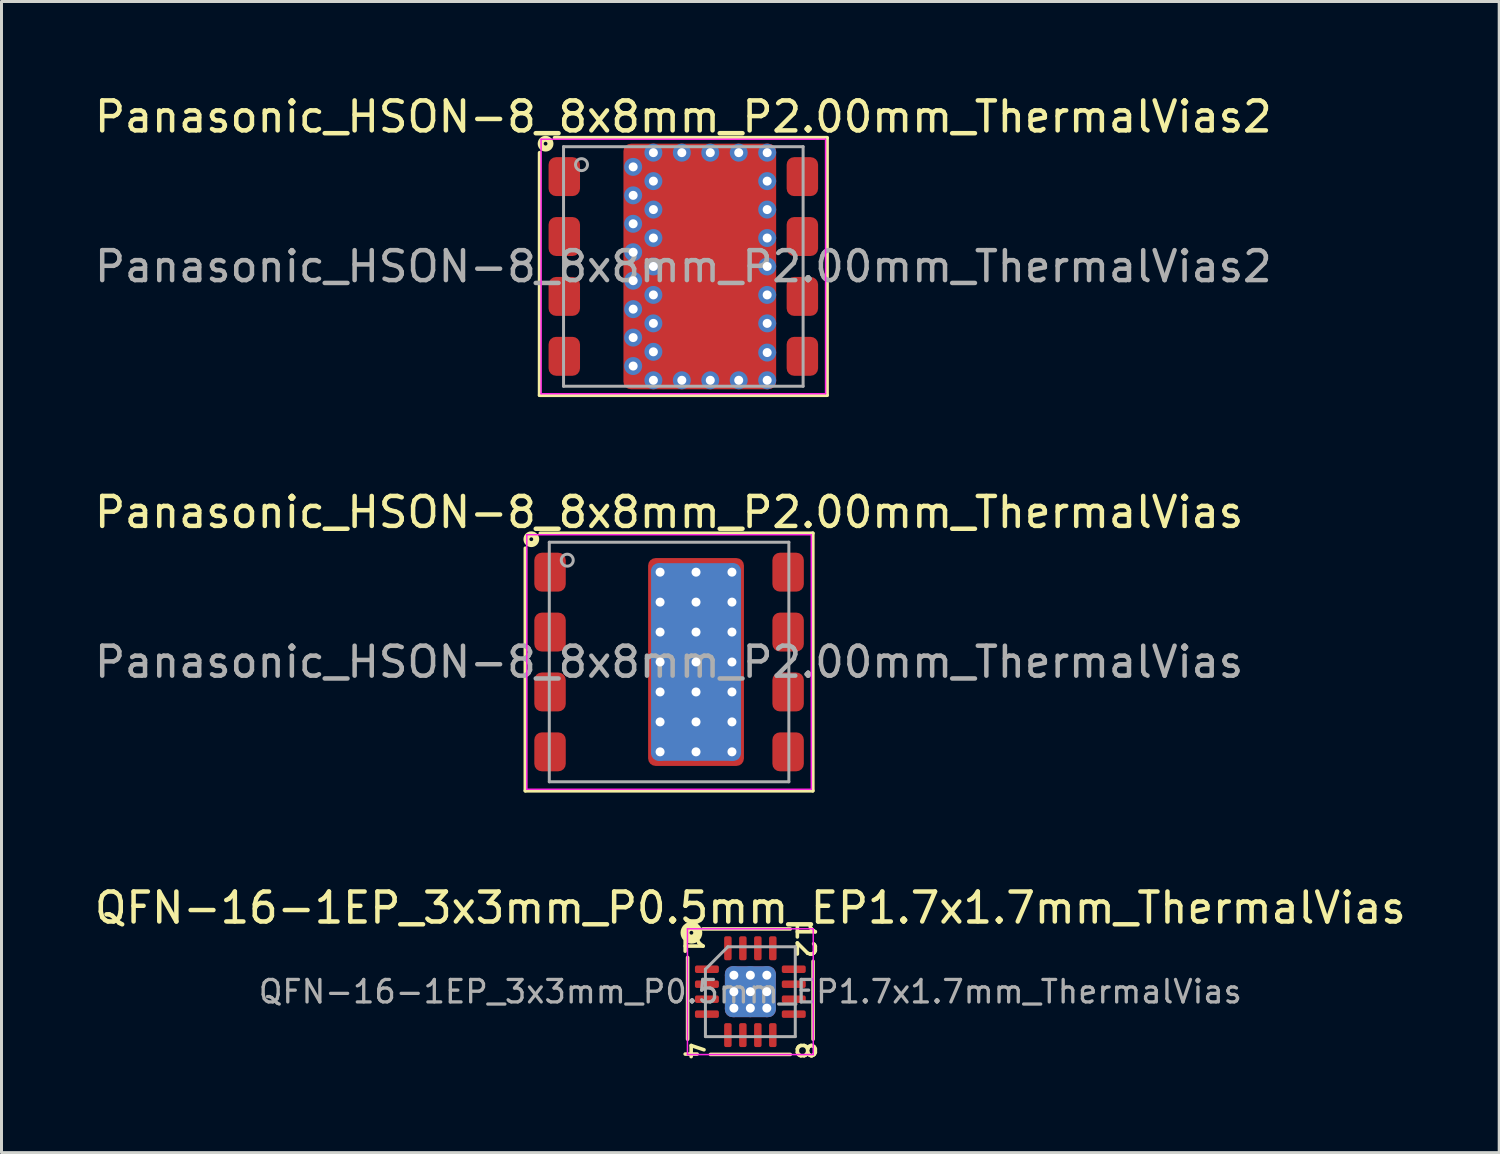
<source format=kicad_pcb>
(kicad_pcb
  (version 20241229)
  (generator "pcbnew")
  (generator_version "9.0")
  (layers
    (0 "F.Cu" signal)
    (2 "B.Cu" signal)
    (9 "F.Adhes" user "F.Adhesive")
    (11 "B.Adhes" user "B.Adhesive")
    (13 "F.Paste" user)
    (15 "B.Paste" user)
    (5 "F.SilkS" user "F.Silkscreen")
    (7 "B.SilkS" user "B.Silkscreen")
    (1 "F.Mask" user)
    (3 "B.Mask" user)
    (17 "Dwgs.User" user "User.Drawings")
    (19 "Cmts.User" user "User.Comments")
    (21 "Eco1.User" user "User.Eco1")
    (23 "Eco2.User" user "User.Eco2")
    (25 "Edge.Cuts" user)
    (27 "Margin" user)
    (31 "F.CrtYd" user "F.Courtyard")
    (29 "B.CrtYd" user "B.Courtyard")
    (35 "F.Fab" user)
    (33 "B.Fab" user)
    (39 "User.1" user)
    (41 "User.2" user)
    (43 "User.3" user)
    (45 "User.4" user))
  (footprint "Panasonic_HSON-8_8x8mm_P2.00mm_ThermalVias"
    (layer "F.Cu")
    (at 19.292 19.056)
    (property "Reference" "Panasonic_HSON-8_8x8mm_P2.00mm_ThermalVias" (at 0 -5 0) (layer "F.SilkS") (effects (font (size 1 1) (thickness 0.15))))
    (attr smd)
    (fp_line (start -4.8 -3.8) (end -4.8 4.3) (stroke (width 0.12) (type solid)) (layer "F.SilkS"))
    (fp_line (start -4.8 4.3) (end 4.8 4.3) (stroke (width 0.12) (type solid)) (layer "F.SilkS"))
    (fp_line (start 4.8 -4.3) (end -4.3 -4.3) (stroke (width 0.12) (type solid)) (layer "F.SilkS"))
    (fp_line (start 4.8 4.3) (end 4.8 -4.3) (stroke (width 0.12) (type solid)) (layer "F.SilkS"))
    (fp_circle (center -4.6 -4.1) (end -4.537 -4.1) (stroke (width 0.2) (type solid)) (fill no) (layer "F.SilkS"))
    (fp_line (start -4.75 -4.25) (end 4.75 -4.25) (stroke (width 0.05) (type solid)) (layer "F.CrtYd"))
    (fp_line (start -4.75 4.25) (end -4.75 -4.25) (stroke (width 0.05) (type solid)) (layer "F.CrtYd"))
    (fp_line (start -4.75 4.25) (end 4.75 4.25) (stroke (width 0.05) (type solid)) (layer "F.CrtYd"))
    (fp_line (start 4.75 -4.25) (end 4.75 4.25) (stroke (width 0.05) (type solid)) (layer "F.CrtYd"))
    (fp_line (start -4 -4) (end 4 -4) (stroke (width 0.1) (type solid)) (layer "F.Fab"))
    (fp_line (start -4 4) (end -4 -4) (stroke (width 0.1) (type solid)) (layer "F.Fab"))
    (fp_line (start 4 -4) (end 4 4) (stroke (width 0.1) (type solid)) (layer "F.Fab"))
    (fp_line (start 4 4) (end -4 4) (stroke (width 0.1) (type solid)) (layer "F.Fab"))
    (fp_circle (center -3.4 -3.4) (end -3.2 -3.4) (stroke (width 0.1) (type solid)) (fill no) (layer "F.Fab"))
    (fp_text user "${REFERENCE}" (at 0 0 0) (layer "F.Fab") (effects (font (size 1 1) (thickness 0.15))))
    (pad "" smd roundrect (at 0.15 -3) (size 0.9 0.9) (layers "F.Paste") (roundrect_rratio 0.25))
    (pad "" smd roundrect (at 0.15 -1.5) (size 0.9 0.9) (layers "F.Paste") (roundrect_rratio 0.25))
    (pad "" smd roundrect (at 0.15 0) (size 0.9 0.9) (layers "F.Paste") (roundrect_rratio 0.25))
    (pad "" smd roundrect (at 0.15 1.5) (size 0.9 0.9) (layers "F.Paste") (roundrect_rratio 0.25))
    (pad "" smd roundrect (at 0.15 3) (size 0.9 0.9) (layers "F.Paste") (roundrect_rratio 0.25))
    (pad "" smd roundrect (at 1.65 -3) (size 0.9 0.9) (layers "F.Paste") (roundrect_rratio 0.25))
    (pad "" smd roundrect (at 1.65 -1.5) (size 0.9 0.9) (layers "F.Paste") (roundrect_rratio 0.25))
    (pad "" smd roundrect (at 1.65 0) (size 0.9 0.9) (layers "F.Paste") (roundrect_rratio 0.25))
    (pad "" smd roundrect (at 1.65 1.5) (size 0.9 0.9) (layers "F.Paste") (roundrect_rratio 0.25))
    (pad "" smd roundrect (at 1.65 3) (size 0.9 0.9) (layers "F.Paste") (roundrect_rratio 0.25))
    (pad "1" smd roundrect (at -3.975 -3) (size 1.05 1.3) (layers "F.Cu" "F.Mask" "F.Paste") (roundrect_rratio 0.238))
    (pad "2" smd roundrect (at -3.975 -1) (size 1.05 1.3) (layers "F.Cu" "F.Mask" "F.Paste") (roundrect_rratio 0.238))
    (pad "3" smd roundrect (at -3.975 1) (size 1.05 1.3) (layers "F.Cu" "F.Mask" "F.Paste") (roundrect_rratio 0.238))
    (pad "4" smd roundrect (at -3.975 3) (size 1.05 1.3) (layers "F.Cu" "F.Mask" "F.Paste") (roundrect_rratio 0.238))
    (pad "5" smd roundrect (at 3.975 3) (size 1.05 1.3) (layers "F.Cu" "F.Mask" "F.Paste") (roundrect_rratio 0.238))
    (pad "6" smd roundrect (at 3.975 1) (size 1.05 1.3) (layers "F.Cu" "F.Mask" "F.Paste") (roundrect_rratio 0.238))
    (pad "7" smd roundrect (at 3.975 -1) (size 1.05 1.3) (layers "F.Cu" "F.Mask" "F.Paste") (roundrect_rratio 0.238))
    (pad "8" smd roundrect (at 3.975 -3) (size 1.05 1.3) (layers "F.Cu" "F.Mask" "F.Paste") (roundrect_rratio 0.238))
    (pad "9" thru_hole circle (at -0.3 -3) (size 0.6 0.6) (drill 0.3) (property pad_prop_heatsink) (layers "*.Cu"))
    (pad "9" thru_hole circle (at -0.3 -2) (size 0.6 0.6) (drill 0.3) (property pad_prop_heatsink) (layers "*.Cu"))
    (pad "9" thru_hole circle (at -0.3 -1) (size 0.6 0.6) (drill 0.3) (property pad_prop_heatsink) (layers "*.Cu"))
    (pad "9" thru_hole circle (at -0.3 0) (size 0.6 0.6) (drill 0.3) (property pad_prop_heatsink) (layers "*.Cu"))
    (pad "9" thru_hole circle (at -0.3 1) (size 0.6 0.6) (drill 0.3) (property pad_prop_heatsink) (layers "*.Cu"))
    (pad "9" thru_hole circle (at -0.3 2) (size 0.6 0.6) (drill 0.3) (property pad_prop_heatsink) (layers "*.Cu"))
    (pad "9" thru_hole circle (at -0.3 3) (size 0.6 0.6) (drill 0.3) (property pad_prop_heatsink) (layers "*.Cu"))
    (pad "9" thru_hole circle (at 0.9 -3) (size 0.6 0.6) (drill 0.3) (property pad_prop_heatsink) (layers "*.Cu"))
    (pad "9" thru_hole circle (at 0.9 -2) (size 0.6 0.6) (drill 0.3) (property pad_prop_heatsink) (layers "*.Cu"))
    (pad "9" thru_hole circle (at 0.9 -1) (size 0.6 0.6) (drill 0.3) (property pad_prop_heatsink) (layers "*.Cu"))
    (pad "9" thru_hole circle (at 0.9 0) (size 0.6 0.6) (drill 0.3) (property pad_prop_heatsink) (layers "*.Cu"))
    (pad "9" smd roundrect (at 0.9 0) (size 3 6.6) (layers "B.Cu" "B.Mask") (roundrect_rratio 0.083))
    (pad "9" smd roundrect (at 0.9 0) (size 3.2 6.94) (layers "F.Cu" "F.Mask") (roundrect_rratio 0.078))
    (pad "9" thru_hole circle (at 0.9 1) (size 0.6 0.6) (drill 0.3) (property pad_prop_heatsink) (layers "*.Cu"))
    (pad "9" thru_hole circle (at 0.9 2) (size 0.6 0.6) (drill 0.3) (property pad_prop_heatsink) (layers "*.Cu"))
    (pad "9" thru_hole circle (at 0.9 3) (size 0.6 0.6) (drill 0.3) (property pad_prop_heatsink) (layers "*.Cu"))
    (pad "9" thru_hole circle (at 2.1 -3) (size 0.6 0.6) (drill 0.3) (property pad_prop_heatsink) (layers "*.Cu"))
    (pad "9" thru_hole circle (at 2.1 -2) (size 0.6 0.6) (drill 0.3) (property pad_prop_heatsink) (layers "*.Cu"))
    (pad "9" thru_hole circle (at 2.1 -1) (size 0.6 0.6) (drill 0.3) (property pad_prop_heatsink) (layers "*.Cu"))
    (pad "9" thru_hole circle (at 2.1 0) (size 0.6 0.6) (drill 0.3) (property pad_prop_heatsink) (layers "*.Cu"))
    (pad "9" thru_hole circle (at 2.1 1) (size 0.6 0.6) (drill 0.3) (property pad_prop_heatsink) (layers "*.Cu"))
    (pad "9" thru_hole circle (at 2.1 2) (size 0.6 0.6) (drill 0.3) (property pad_prop_heatsink) (layers "*.Cu"))
    (pad "9" thru_hole circle (at 2.1 3) (size 0.6 0.6) (drill 0.3) (property pad_prop_heatsink) (layers "*.Cu")))
  (footprint "QFN-16-1EP_3x3mm_P0.5mm_EP1.7x1.7mm_ThermalVias"
    (layer "F.Cu")
    (at 22.006 30.065)
    (property "Reference" "QFN-16-1EP_3x3mm_P0.5mm_EP1.7x1.7mm_ThermalVias" (at 0 -2.8 0) (layer "F.SilkS") (effects (font (size 1 1) (thickness 0.15))))
    (attr smd)
    (fp_line (start -2.095 1.587) (end -2.095 -1.143) (stroke (width 0.12) (type solid)) (layer "F.SilkS"))
    (fp_line (start -1.587 -2.095) (end 1.333 -2.095) (stroke (width 0.12) (type solid)) (layer "F.SilkS"))
    (fp_line (start 1.333 2.095) (end -1.333 2.095) (stroke (width 0.12) (type solid)) (layer "F.SilkS"))
    (fp_line (start 2.095 -1.016) (end 2.095 1.587) (stroke (width 0.12) (type solid)) (layer "F.SilkS"))
    (fp_circle (center -1.968 -1.968) (end -1.905 -1.968) (stroke (width 0.3) (type solid)) (fill no) (layer "F.SilkS"))
    (fp_line (start -2.1 -2.1) (end -2.1 2.1) (stroke (width 0.05) (type solid)) (layer "F.CrtYd"))
    (fp_line (start -2.1 2.1) (end 2.1 2.1) (stroke (width 0.05) (type solid)) (layer "F.CrtYd"))
    (fp_line (start 2.1 -2.1) (end -2.1 -2.1) (stroke (width 0.05) (type solid)) (layer "F.CrtYd"))
    (fp_line (start 2.1 2.1) (end 2.1 -2.1) (stroke (width 0.05) (type solid)) (layer "F.CrtYd"))
    (fp_line (start -1.5 -0.75) (end -0.75 -1.5) (stroke (width 0.1) (type solid)) (layer "F.Fab"))
    (fp_line (start -1.5 1.5) (end -1.5 -0.75) (stroke (width 0.1) (type solid)) (layer "F.Fab"))
    (fp_line (start -0.75 -1.5) (end 1.5 -1.5) (stroke (width 0.1) (type solid)) (layer "F.Fab"))
    (fp_line (start 1.5 -1.5) (end 1.5 1.5) (stroke (width 0.1) (type solid)) (layer "F.Fab"))
    (fp_line (start 1.5 1.5) (end -1.5 1.5) (stroke (width 0.1) (type solid)) (layer "F.Fab"))
    (fp_text user "4" (at -1.905 1.968 270) (unlocked yes) (layer "F.SilkS") (effects (font (size 0.6 0.6) (thickness 0.12))))
    (fp_text user "8" (at 1.841 1.968 270) (unlocked yes) (layer "F.SilkS") (effects (font (size 0.6 0.6) (thickness 0.12))))
    (fp_text user "1" (at -1.905 -1.524 270) (unlocked yes) (layer "F.SilkS") (effects (font (size 0.6 0.6) (thickness 0.12))))
    (fp_text user "12" (at 1.841 -1.714 270) (unlocked yes) (layer "F.SilkS") (effects (font (size 0.6 0.6) (thickness 0.12))))
    (fp_text user "${REFERENCE}" (at 0 0 0) (layer "F.Fab") (effects (font (size 0.75 0.75) (thickness 0.11))))
    (pad "" smd roundrect (at -0.425 -0.425) (size 0.74 0.74) (layers "F.Paste") (roundrect_rratio 0.25))
    (pad "" smd roundrect (at -0.425 0.425) (size 0.74 0.74) (layers "F.Paste") (roundrect_rratio 0.25))
    (pad "" smd roundrect (at 0.425 -0.425) (size 0.74 0.74) (layers "F.Paste") (roundrect_rratio 0.25))
    (pad "" smd roundrect (at 0.425 0.425) (size 0.74 0.74) (layers "F.Paste") (roundrect_rratio 0.25))
    (pad "1" smd roundrect (at -1.45 -0.75) (size 0.8 0.25) (layers "F.Cu" "F.Mask" "F.Paste") (roundrect_rratio 0.25))
    (pad "2" smd roundrect (at -1.45 -0.25) (size 0.8 0.25) (layers "F.Cu" "F.Mask" "F.Paste") (roundrect_rratio 0.25))
    (pad "3" smd roundrect (at -1.45 0.25) (size 0.8 0.25) (layers "F.Cu" "F.Mask" "F.Paste") (roundrect_rratio 0.25))
    (pad "4" smd roundrect (at -1.45 0.75) (size 0.8 0.25) (layers "F.Cu" "F.Mask" "F.Paste") (roundrect_rratio 0.25))
    (pad "5" smd roundrect (at -0.75 1.45) (size 0.25 0.8) (layers "F.Cu" "F.Mask" "F.Paste") (roundrect_rratio 0.25))
    (pad "6" smd roundrect (at -0.25 1.45) (size 0.25 0.8) (layers "F.Cu" "F.Mask" "F.Paste") (roundrect_rratio 0.25))
    (pad "7" smd roundrect (at 0.25 1.45) (size 0.25 0.8) (layers "F.Cu" "F.Mask" "F.Paste") (roundrect_rratio 0.25))
    (pad "8" smd roundrect (at 0.75 1.45) (size 0.25 0.8) (layers "F.Cu" "F.Mask" "F.Paste") (roundrect_rratio 0.25))
    (pad "9" smd roundrect (at 1.45 0.75) (size 0.8 0.25) (layers "F.Cu" "F.Mask" "F.Paste") (roundrect_rratio 0.25))
    (pad "10" smd roundrect (at 1.45 0.25) (size 0.8 0.25) (layers "F.Cu" "F.Mask" "F.Paste") (roundrect_rratio 0.25))
    (pad "11" smd roundrect (at 1.45 -0.25) (size 0.8 0.25) (layers "F.Cu" "F.Mask" "F.Paste") (roundrect_rratio 0.25))
    (pad "12" smd roundrect (at 1.45 -0.75) (size 0.8 0.25) (layers "F.Cu" "F.Mask" "F.Paste") (roundrect_rratio 0.25))
    (pad "13" smd roundrect (at 0.75 -1.45) (size 0.25 0.8) (layers "F.Cu" "F.Mask" "F.Paste") (roundrect_rratio 0.25))
    (pad "14" smd roundrect (at 0.25 -1.45) (size 0.25 0.8) (layers "F.Cu" "F.Mask" "F.Paste") (roundrect_rratio 0.25))
    (pad "15" smd roundrect (at -0.25 -1.45) (size 0.25 0.8) (layers "F.Cu" "F.Mask" "F.Paste") (roundrect_rratio 0.25))
    (pad "16" smd roundrect (at -0.75 -1.45) (size 0.25 0.8) (layers "F.Cu" "F.Mask" "F.Paste") (roundrect_rratio 0.25))
    (pad "17" thru_hole circle (at -0.55 -0.55) (size 0.6 0.6) (drill 0.3) (layers "*.Cu"))
    (pad "17" thru_hole circle (at -0.55 0) (size 0.6 0.6) (drill 0.3) (layers "*.Cu"))
    (pad "17" thru_hole circle (at -0.55 0.55) (size 0.6 0.6) (drill 0.3) (layers "*.Cu"))
    (pad "17" thru_hole circle (at 0 -0.55) (size 0.6 0.6) (drill 0.3) (layers "*.Cu"))
    (pad "17" thru_hole circle (at 0 0) (size 0.6 0.6) (drill 0.3) (layers "*.Cu"))
    (pad "17" smd roundrect (at 0 0) (size 1.7 1.7) (layers "F.Cu" "F.Mask") (roundrect_rratio 0.147))
    (pad "17" smd roundrect (at 0 0) (size 1.7 1.7) (layers "B.Cu" "B.Mask") (roundrect_rratio 0.147))
    (pad "17" thru_hole circle (at 0 0.55) (size 0.6 0.6) (drill 0.3) (layers "*.Cu"))
    (pad "17" thru_hole circle (at 0.55 -0.55) (size 0.6 0.6) (drill 0.3) (layers "*.Cu"))
    (pad "17" thru_hole circle (at 0.55 0) (size 0.6 0.6) (drill 0.3) (layers "*.Cu"))
    (pad "17" thru_hole circle (at 0.55 0.55) (size 0.6 0.6) (drill 0.3) (layers "*.Cu")))
  (footprint "Panasonic_HSON-8_8x8mm_P2.00mm_ThermalVias2"
    (layer "F.Cu")
    (at 19.768 5.848)
    (property "Reference" "Panasonic_HSON-8_8x8mm_P2.00mm_ThermalVias2" (at 0 -5 0) (layer "F.SilkS") (effects (font (size 1 1) (thickness 0.15))))
    (attr smd)
    (fp_line (start -4.8 -3.8) (end -4.8 4.3) (stroke (width 0.12) (type solid)) (layer "F.SilkS"))
    (fp_line (start -4.8 4.3) (end 4.8 4.3) (stroke (width 0.12) (type solid)) (layer "F.SilkS"))
    (fp_line (start 4.8 -4.3) (end -4.3 -4.3) (stroke (width 0.12) (type solid)) (layer "F.SilkS"))
    (fp_line (start 4.8 4.3) (end 4.8 -4.3) (stroke (width 0.12) (type solid)) (layer "F.SilkS"))
    (fp_circle (center -4.6 -4.1) (end -4.537 -4.1) (stroke (width 0.2) (type solid)) (fill no) (layer "F.SilkS"))
    (fp_line (start -4.75 -4.25) (end 4.75 -4.25) (stroke (width 0.05) (type solid)) (layer "F.CrtYd"))
    (fp_line (start -4.75 4.25) (end -4.75 -4.25) (stroke (width 0.05) (type solid)) (layer "F.CrtYd"))
    (fp_line (start -4.75 4.25) (end 4.75 4.25) (stroke (width 0.05) (type solid)) (layer "F.CrtYd"))
    (fp_line (start 4.75 -4.25) (end 4.75 4.25) (stroke (width 0.05) (type solid)) (layer "F.CrtYd"))
    (fp_line (start -4 -4) (end 4 -4) (stroke (width 0.1) (type solid)) (layer "F.Fab"))
    (fp_line (start -4 4) (end -4 -4) (stroke (width 0.1) (type solid)) (layer "F.Fab"))
    (fp_line (start 4 -4) (end 4 4) (stroke (width 0.1) (type solid)) (layer "F.Fab"))
    (fp_line (start 4 4) (end -4 4) (stroke (width 0.1) (type solid)) (layer "F.Fab"))
    (fp_circle (center -3.4 -3.4) (end -3.2 -3.4) (stroke (width 0.1) (type solid)) (fill no) (layer "F.Fab"))
    (fp_text user "${REFERENCE}" (at 0 0 0) (layer "F.Fab") (effects (font (size 1 1) (thickness 0.15))))
    (pad "" smd roundrect (at 0.15 -3) (size 0.9 0.9) (layers "F.Paste") (roundrect_rratio 0.25))
    (pad "" smd roundrect (at 0.15 -1.5) (size 0.9 0.9) (layers "F.Paste") (roundrect_rratio 0.25))
    (pad "" smd roundrect (at 0.15 0) (size 0.9 0.9) (layers "F.Paste") (roundrect_rratio 0.25))
    (pad "" smd roundrect (at 0.15 1.5) (size 0.9 0.9) (layers "F.Paste") (roundrect_rratio 0.25))
    (pad "" smd roundrect (at 0.15 3) (size 0.9 0.9) (layers "F.Paste") (roundrect_rratio 0.25))
    (pad "" smd roundrect (at 0.9 0) (size 3.2 6.94) (layers "F.Mask") (roundrect_rratio 0.078))
    (pad "" smd roundrect (at 1.65 -3) (size 0.9 0.9) (layers "F.Paste") (roundrect_rratio 0.25))
    (pad "" smd roundrect (at 1.65 -1.5) (size 0.9 0.9) (layers "F.Paste") (roundrect_rratio 0.25))
    (pad "" smd roundrect (at 1.65 0) (size 0.9 0.9) (layers "F.Paste") (roundrect_rratio 0.25))
    (pad "" smd roundrect (at 1.65 1.5) (size 0.9 0.9) (layers "F.Paste") (roundrect_rratio 0.25))
    (pad "" smd roundrect (at 1.65 3) (size 0.9 0.9) (layers "F.Paste") (roundrect_rratio 0.25))
    (pad "1" smd roundrect (at -3.975 -3) (size 1.05 1.3) (layers "F.Cu" "F.Mask" "F.Paste") (roundrect_rratio 0.238))
    (pad "2" smd roundrect (at -3.975 -1) (size 1.05 1.3) (layers "F.Cu" "F.Mask" "F.Paste") (roundrect_rratio 0.238))
    (pad "3" smd roundrect (at -3.975 1) (size 1.05 1.3) (layers "F.Cu" "F.Mask" "F.Paste") (roundrect_rratio 0.238))
    (pad "4" smd roundrect (at -3.975 3) (size 1.05 1.3) (layers "F.Cu" "F.Mask" "F.Paste") (roundrect_rratio 0.238))
    (pad "5" smd roundrect (at 3.975 3) (size 1.05 1.3) (layers "F.Cu" "F.Mask" "F.Paste") (roundrect_rratio 0.238))
    (pad "6" smd roundrect (at 3.975 1) (size 1.05 1.3) (layers "F.Cu" "F.Mask" "F.Paste") (roundrect_rratio 0.238))
    (pad "7" smd roundrect (at 3.975 -1) (size 1.05 1.3) (layers "F.Cu" "F.Mask" "F.Paste") (roundrect_rratio 0.238))
    (pad "8" smd roundrect (at 3.975 -3) (size 1.05 1.3) (layers "F.Cu" "F.Mask" "F.Paste") (roundrect_rratio 0.238))
    (pad "9" thru_hole circle (at -1.675 -3.325) (size 0.6 0.6) (drill 0.3) (property pad_prop_heatsink) (layers "*.Cu" "*.Mask"))
    (pad "9" thru_hole circle (at -1.675 -2.375) (size 0.6 0.6) (drill 0.3) (property pad_prop_heatsink) (layers "*.Cu" "*.Mask"))
    (pad "9" thru_hole circle (at -1.675 -1.425) (size 0.6 0.6) (drill 0.3) (property pad_prop_heatsink) (layers "*.Cu" "*.Mask"))
    (pad "9" thru_hole circle (at -1.675 -0.475) (size 0.6 0.6) (drill 0.3) (property pad_prop_heatsink) (layers "*.Cu" "*.Mask"))
    (pad "9" thru_hole circle (at -1.675 0.475) (size 0.6 0.6) (drill 0.3) (property pad_prop_heatsink) (layers "*.Cu" "*.Mask"))
    (pad "9" thru_hole circle (at -1.675 1.425) (size 0.6 0.6) (drill 0.3) (property pad_prop_heatsink) (layers "*.Cu" "*.Mask"))
    (pad "9" thru_hole circle (at -1.675 2.375) (size 0.6 0.6) (drill 0.3) (property pad_prop_heatsink) (layers "*.Cu" "*.Mask"))
    (pad "9" thru_hole circle (at -1.675 3.325) (size 0.6 0.6) (drill 0.3) (property pad_prop_heatsink) (layers "*.Cu" "*.Mask"))
    (pad "9" thru_hole circle (at -1 -3.8) (size 0.6 0.6) (drill 0.3) (property pad_prop_heatsink) (layers "*.Cu" "*.Mask"))
    (pad "9" thru_hole circle (at -1 -2.85) (size 0.6 0.6) (drill 0.3) (property pad_prop_heatsink) (layers "*.Cu" "*.Mask"))
    (pad "9" thru_hole circle (at -1 -1.9) (size 0.6 0.6) (drill 0.3) (property pad_prop_heatsink) (layers "*.Cu" "*.Mask"))
    (pad "9" thru_hole circle (at -1 -0.95) (size 0.6 0.6) (drill 0.3) (property pad_prop_heatsink) (layers "*.Cu" "*.Mask"))
    (pad "9" thru_hole circle (at -1 0) (size 0.6 0.6) (drill 0.3) (property pad_prop_heatsink) (layers "*.Cu" "*.Mask"))
    (pad "9" thru_hole circle (at -1 0.95) (size 0.6 0.6) (drill 0.3) (property pad_prop_heatsink) (layers "*.Cu" "*.Mask"))
    (pad "9" thru_hole circle (at -1 1.9) (size 0.6 0.6) (drill 0.3) (property pad_prop_heatsink) (layers "*.Cu" "*.Mask"))
    (pad "9" thru_hole circle (at -1 2.85) (size 0.6 0.6) (drill 0.3) (property pad_prop_heatsink) (layers "*.Cu" "*.Mask"))
    (pad "9" thru_hole circle (at -1 3.8) (size 0.6 0.6) (drill 0.3) (property pad_prop_heatsink) (layers "*.Cu" "*.Mask"))
    (pad "9" thru_hole circle (at -0.05 -3.8) (size 0.6 0.6) (drill 0.3) (property pad_prop_heatsink) (layers "*.Cu" "*.Mask"))
    (pad "9" thru_hole circle (at -0.05 3.8) (size 0.6 0.6) (drill 0.3) (property pad_prop_heatsink) (layers "*.Cu" "*.Mask"))
    (pad "9" smd roundrect (at 0.55 0) (size 5.1 8.2) (layers "F.Cu") (roundrect_rratio 0.049))
    (pad "9" thru_hole circle (at 0.9 -3.8) (size 0.6 0.6) (drill 0.3) (property pad_prop_heatsink) (layers "*.Cu" "*.Mask"))
    (pad "9" thru_hole circle (at 0.9 3.8) (size 0.6 0.6) (drill 0.3) (property pad_prop_heatsink) (layers "*.Cu" "*.Mask"))
    (pad "9" thru_hole circle (at 1.85 -3.8) (size 0.6 0.6) (drill 0.3) (property pad_prop_heatsink) (layers "*.Cu" "*.Mask"))
    (pad "9" thru_hole circle (at 1.85 3.8) (size 0.6 0.6) (drill 0.3) (property pad_prop_heatsink) (layers "*.Cu" "*.Mask"))
    (pad "9" thru_hole circle (at 2.8 -3.8) (size 0.6 0.6) (drill 0.3) (property pad_prop_heatsink) (layers "*.Cu" "*.Mask"))
    (pad "9" thru_hole circle (at 2.8 -2.85) (size 0.6 0.6) (drill 0.3) (property pad_prop_heatsink) (layers "*.Cu" "*.Mask"))
    (pad "9" thru_hole circle (at 2.8 -1.9) (size 0.6 0.6) (drill 0.3) (property pad_prop_heatsink) (layers "*.Cu" "*.Mask"))
    (pad "9" thru_hole circle (at 2.8 -0.95) (size 0.6 0.6) (drill 0.3) (property pad_prop_heatsink) (layers "*.Cu" "*.Mask"))
    (pad "9" thru_hole circle (at 2.8 0) (size 0.6 0.6) (drill 0.3) (property pad_prop_heatsink) (layers "*.Cu" "*.Mask"))
    (pad "9" thru_hole circle (at 2.8 0.95) (size 0.6 0.6) (drill 0.3) (property pad_prop_heatsink) (layers "*.Cu" "*.Mask"))
    (pad "9" thru_hole circle (at 2.8 1.9) (size 0.6 0.6) (drill 0.3) (property pad_prop_heatsink) (layers "*.Cu" "*.Mask"))
    (pad "9" thru_hole circle (at 2.8 2.875) (size 0.6 0.6) (drill 0.3) (property pad_prop_heatsink) (layers "*.Cu" "*.Mask"))
    (pad "9" thru_hole circle (at 2.8 3.8) (size 0.6 0.6) (drill 0.3) (property pad_prop_heatsink) (layers "*.Cu" "*.Mask")))
  (gr_rect
    (start -3 -3)
    (end 47.012 35.439)
    (stroke (width 0.1) (type default))
    (fill no)
    (layer "Edge.Cuts")))
</source>
